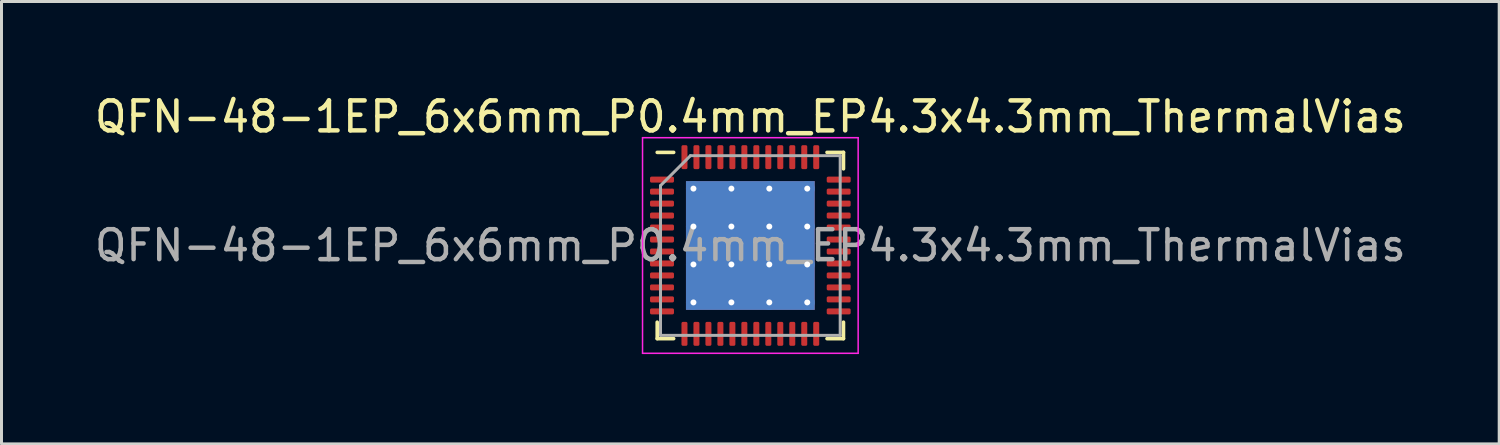
<source format=kicad_pcb>
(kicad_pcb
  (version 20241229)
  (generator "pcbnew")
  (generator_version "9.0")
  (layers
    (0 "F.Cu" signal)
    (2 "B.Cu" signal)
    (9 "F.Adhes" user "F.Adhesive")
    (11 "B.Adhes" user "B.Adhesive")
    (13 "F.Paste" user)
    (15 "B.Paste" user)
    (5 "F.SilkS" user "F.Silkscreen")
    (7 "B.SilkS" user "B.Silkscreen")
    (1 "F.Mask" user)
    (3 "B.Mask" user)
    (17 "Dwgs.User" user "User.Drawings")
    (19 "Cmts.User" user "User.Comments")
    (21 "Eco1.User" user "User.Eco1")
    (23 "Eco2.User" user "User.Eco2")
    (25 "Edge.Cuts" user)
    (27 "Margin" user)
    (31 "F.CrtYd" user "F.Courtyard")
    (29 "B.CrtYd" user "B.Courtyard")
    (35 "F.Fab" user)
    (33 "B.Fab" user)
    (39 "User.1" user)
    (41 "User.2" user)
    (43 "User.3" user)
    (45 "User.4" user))
  (footprint "QFN-48-1EP_6x6mm_P0.4mm_EP4.3x4.3mm_ThermalVias"
    (layer "F.Cu")
    (at 22.006 5.148)
    (property "Reference" "QFN-48-1EP_6x6mm_P0.4mm_EP4.3x4.3mm_ThermalVias" (at 0 -4.3 0) (layer "F.SilkS") (effects (font (size 1 1) (thickness 0.15))))
    (attr smd)
    (fp_line (start -3.11 3.11) (end -3.11 2.56) (stroke (width 0.12) (type solid)) (layer "F.SilkS"))
    (fp_line (start -2.56 -3.11) (end -3.11 -3.11) (stroke (width 0.12) (type solid)) (layer "F.SilkS"))
    (fp_line (start -2.56 3.11) (end -3.11 3.11) (stroke (width 0.12) (type solid)) (layer "F.SilkS"))
    (fp_line (start 2.56 -3.11) (end 3.11 -3.11) (stroke (width 0.12) (type solid)) (layer "F.SilkS"))
    (fp_line (start 2.56 3.11) (end 3.11 3.11) (stroke (width 0.12) (type solid)) (layer "F.SilkS"))
    (fp_line (start 3.11 -3.11) (end 3.11 -2.56) (stroke (width 0.12) (type solid)) (layer "F.SilkS"))
    (fp_line (start 3.11 3.11) (end 3.11 2.56) (stroke (width 0.12) (type solid)) (layer "F.SilkS"))
    (fp_line (start -3.6 -3.6) (end -3.6 3.6) (stroke (width 0.05) (type solid)) (layer "F.CrtYd"))
    (fp_line (start -3.6 3.6) (end 3.6 3.6) (stroke (width 0.05) (type solid)) (layer "F.CrtYd"))
    (fp_line (start 3.6 -3.6) (end -3.6 -3.6) (stroke (width 0.05) (type solid)) (layer "F.CrtYd"))
    (fp_line (start 3.6 3.6) (end 3.6 -3.6) (stroke (width 0.05) (type solid)) (layer "F.CrtYd"))
    (fp_line (start -3 -2) (end -2 -3) (stroke (width 0.1) (type solid)) (layer "F.Fab"))
    (fp_line (start -3 3) (end -3 -2) (stroke (width 0.1) (type solid)) (layer "F.Fab"))
    (fp_line (start -2 -3) (end 3 -3) (stroke (width 0.1) (type solid)) (layer "F.Fab"))
    (fp_line (start 3 -3) (end 3 3) (stroke (width 0.1) (type solid)) (layer "F.Fab"))
    (fp_line (start 3 3) (end -3 3) (stroke (width 0.1) (type solid)) (layer "F.Fab"))
    (fp_text user "${REFERENCE}" (at 0 0 0) (layer "F.Fab") (effects (font (size 1 1) (thickness 0.15))))
    (pad "" smd custom (at -1.267 -1.267) (size 1.034 1.034) (layers "F.Paste") (options (anchor circle)) (primitives (gr_poly (pts (xy 0.456 -0.356) (xy 0.456 0.356) (xy 0.356 0.456) (xy -0.356 0.456) (xy -0.456 0.356) (xy -0.456 -0.356) (xy -0.356 -0.456) (xy 0.356 -0.456)) (width 0.243) (fill yes))))
    (pad "" smd custom (at -1.267 0) (size 1.034 1.034) (layers "F.Paste") (options (anchor circle)) (primitives (gr_poly (pts (xy 0.456 -0.356) (xy 0.456 0.356) (xy 0.356 0.456) (xy -0.356 0.456) (xy -0.456 0.356) (xy -0.456 -0.356) (xy -0.356 -0.456) (xy 0.356 -0.456)) (width 0.243) (fill yes))))
    (pad "" smd custom (at -1.267 1.267) (size 1.034 1.034) (layers "F.Paste") (options (anchor circle)) (primitives (gr_poly (pts (xy 0.456 -0.356) (xy 0.456 0.356) (xy 0.356 0.456) (xy -0.356 0.456) (xy -0.456 0.356) (xy -0.456 -0.356) (xy -0.356 -0.456) (xy 0.356 -0.456)) (width 0.243) (fill yes))))
    (pad "" smd custom (at 0 -1.267) (size 1.034 1.034) (layers "F.Paste") (options (anchor circle)) (primitives (gr_poly (pts (xy 0.456 -0.356) (xy 0.456 0.356) (xy 0.356 0.456) (xy -0.356 0.456) (xy -0.456 0.356) (xy -0.456 -0.356) (xy -0.356 -0.456) (xy 0.356 -0.456)) (width 0.243) (fill yes))))
    (pad "" smd custom (at 0 0) (size 1.034 1.034) (layers "F.Paste") (options (anchor circle)) (primitives (gr_poly (pts (xy 0.456 -0.356) (xy 0.456 0.356) (xy 0.356 0.456) (xy -0.356 0.456) (xy -0.456 0.356) (xy -0.456 -0.356) (xy -0.356 -0.456) (xy 0.356 -0.456)) (width 0.243) (fill yes))))
    (pad "" smd custom (at 0 1.267) (size 1.034 1.034) (layers "F.Paste") (options (anchor circle)) (primitives (gr_poly (pts (xy 0.456 -0.356) (xy 0.456 0.356) (xy 0.356 0.456) (xy -0.356 0.456) (xy -0.456 0.356) (xy -0.456 -0.356) (xy -0.356 -0.456) (xy 0.356 -0.456)) (width 0.243) (fill yes))))
    (pad "" smd custom (at 1.267 -1.267) (size 1.034 1.034) (layers "F.Paste") (options (anchor circle)) (primitives (gr_poly (pts (xy 0.456 -0.356) (xy 0.456 0.356) (xy 0.356 0.456) (xy -0.356 0.456) (xy -0.456 0.356) (xy -0.456 -0.356) (xy -0.356 -0.456) (xy 0.356 -0.456)) (width 0.243) (fill yes))))
    (pad "" smd custom (at 1.267 0) (size 1.034 1.034) (layers "F.Paste") (options (anchor circle)) (primitives (gr_poly (pts (xy 0.456 -0.356) (xy 0.456 0.356) (xy 0.356 0.456) (xy -0.356 0.456) (xy -0.456 0.356) (xy -0.456 -0.356) (xy -0.356 -0.456) (xy 0.356 -0.456)) (width 0.243) (fill yes))))
    (pad "" smd custom (at 1.267 1.267) (size 1.034 1.034) (layers "F.Paste") (options (anchor circle)) (primitives (gr_poly (pts (xy 0.456 -0.356) (xy 0.456 0.356) (xy 0.356 0.456) (xy -0.356 0.456) (xy -0.456 0.356) (xy -0.456 -0.356) (xy -0.356 -0.456) (xy 0.356 -0.456)) (width 0.243) (fill yes))))
    (pad "1" smd roundrect (at -2.95 -2.2) (size 0.8 0.2) (layers "F.Cu" "F.Mask" "F.Paste") (roundrect_rratio 0.25))
    (pad "2" smd roundrect (at -2.95 -1.8) (size 0.8 0.2) (layers "F.Cu" "F.Mask" "F.Paste") (roundrect_rratio 0.25))
    (pad "3" smd roundrect (at -2.95 -1.4) (size 0.8 0.2) (layers "F.Cu" "F.Mask" "F.Paste") (roundrect_rratio 0.25))
    (pad "4" smd roundrect (at -2.95 -1) (size 0.8 0.2) (layers "F.Cu" "F.Mask" "F.Paste") (roundrect_rratio 0.25))
    (pad "5" smd roundrect (at -2.95 -0.6) (size 0.8 0.2) (layers "F.Cu" "F.Mask" "F.Paste") (roundrect_rratio 0.25))
    (pad "6" smd roundrect (at -2.95 -0.2) (size 0.8 0.2) (layers "F.Cu" "F.Mask" "F.Paste") (roundrect_rratio 0.25))
    (pad "7" smd roundrect (at -2.95 0.2) (size 0.8 0.2) (layers "F.Cu" "F.Mask" "F.Paste") (roundrect_rratio 0.25))
    (pad "8" smd roundrect (at -2.95 0.6) (size 0.8 0.2) (layers "F.Cu" "F.Mask" "F.Paste") (roundrect_rratio 0.25))
    (pad "9" smd roundrect (at -2.95 1) (size 0.8 0.2) (layers "F.Cu" "F.Mask" "F.Paste") (roundrect_rratio 0.25))
    (pad "10" smd roundrect (at -2.95 1.4) (size 0.8 0.2) (layers "F.Cu" "F.Mask" "F.Paste") (roundrect_rratio 0.25))
    (pad "11" smd roundrect (at -2.95 1.8) (size 0.8 0.2) (layers "F.Cu" "F.Mask" "F.Paste") (roundrect_rratio 0.25))
    (pad "12" smd roundrect (at -2.95 2.2) (size 0.8 0.2) (layers "F.Cu" "F.Mask" "F.Paste") (roundrect_rratio 0.25))
    (pad "13" smd roundrect (at -2.2 2.95) (size 0.2 0.8) (layers "F.Cu" "F.Mask" "F.Paste") (roundrect_rratio 0.25))
    (pad "14" smd roundrect (at -1.8 2.95) (size 0.2 0.8) (layers "F.Cu" "F.Mask" "F.Paste") (roundrect_rratio 0.25))
    (pad "15" smd roundrect (at -1.4 2.95) (size 0.2 0.8) (layers "F.Cu" "F.Mask" "F.Paste") (roundrect_rratio 0.25))
    (pad "16" smd roundrect (at -1 2.95) (size 0.2 0.8) (layers "F.Cu" "F.Mask" "F.Paste") (roundrect_rratio 0.25))
    (pad "17" smd roundrect (at -0.6 2.95) (size 0.2 0.8) (layers "F.Cu" "F.Mask" "F.Paste") (roundrect_rratio 0.25))
    (pad "18" smd roundrect (at -0.2 2.95) (size 0.2 0.8) (layers "F.Cu" "F.Mask" "F.Paste") (roundrect_rratio 0.25))
    (pad "19" smd roundrect (at 0.2 2.95) (size 0.2 0.8) (layers "F.Cu" "F.Mask" "F.Paste") (roundrect_rratio 0.25))
    (pad "20" smd roundrect (at 0.6 2.95) (size 0.2 0.8) (layers "F.Cu" "F.Mask" "F.Paste") (roundrect_rratio 0.25))
    (pad "21" smd roundrect (at 1 2.95) (size 0.2 0.8) (layers "F.Cu" "F.Mask" "F.Paste") (roundrect_rratio 0.25))
    (pad "22" smd roundrect (at 1.4 2.95) (size 0.2 0.8) (layers "F.Cu" "F.Mask" "F.Paste") (roundrect_rratio 0.25))
    (pad "23" smd roundrect (at 1.8 2.95) (size 0.2 0.8) (layers "F.Cu" "F.Mask" "F.Paste") (roundrect_rratio 0.25))
    (pad "24" smd roundrect (at 2.2 2.95) (size 0.2 0.8) (layers "F.Cu" "F.Mask" "F.Paste") (roundrect_rratio 0.25))
    (pad "25" smd roundrect (at 2.95 2.2) (size 0.8 0.2) (layers "F.Cu" "F.Mask" "F.Paste") (roundrect_rratio 0.25))
    (pad "26" smd roundrect (at 2.95 1.8) (size 0.8 0.2) (layers "F.Cu" "F.Mask" "F.Paste") (roundrect_rratio 0.25))
    (pad "27" smd roundrect (at 2.95 1.4) (size 0.8 0.2) (layers "F.Cu" "F.Mask" "F.Paste") (roundrect_rratio 0.25))
    (pad "28" smd roundrect (at 2.95 1) (size 0.8 0.2) (layers "F.Cu" "F.Mask" "F.Paste") (roundrect_rratio 0.25))
    (pad "29" smd roundrect (at 2.95 0.6) (size 0.8 0.2) (layers "F.Cu" "F.Mask" "F.Paste") (roundrect_rratio 0.25))
    (pad "30" smd roundrect (at 2.95 0.2) (size 0.8 0.2) (layers "F.Cu" "F.Mask" "F.Paste") (roundrect_rratio 0.25))
    (pad "31" smd roundrect (at 2.95 -0.2) (size 0.8 0.2) (layers "F.Cu" "F.Mask" "F.Paste") (roundrect_rratio 0.25))
    (pad "32" smd roundrect (at 2.95 -0.6) (size 0.8 0.2) (layers "F.Cu" "F.Mask" "F.Paste") (roundrect_rratio 0.25))
    (pad "33" smd roundrect (at 2.95 -1) (size 0.8 0.2) (layers "F.Cu" "F.Mask" "F.Paste") (roundrect_rratio 0.25))
    (pad "34" smd roundrect (at 2.95 -1.4) (size 0.8 0.2) (layers "F.Cu" "F.Mask" "F.Paste") (roundrect_rratio 0.25))
    (pad "35" smd roundrect (at 2.95 -1.8) (size 0.8 0.2) (layers "F.Cu" "F.Mask" "F.Paste") (roundrect_rratio 0.25))
    (pad "36" smd roundrect (at 2.95 -2.2) (size 0.8 0.2) (layers "F.Cu" "F.Mask" "F.Paste") (roundrect_rratio 0.25))
    (pad "37" smd roundrect (at 2.2 -2.95) (size 0.2 0.8) (layers "F.Cu" "F.Mask" "F.Paste") (roundrect_rratio 0.25))
    (pad "38" smd roundrect (at 1.8 -2.95) (size 0.2 0.8) (layers "F.Cu" "F.Mask" "F.Paste") (roundrect_rratio 0.25))
    (pad "39" smd roundrect (at 1.4 -2.95) (size 0.2 0.8) (layers "F.Cu" "F.Mask" "F.Paste") (roundrect_rratio 0.25))
    (pad "40" smd roundrect (at 1 -2.95) (size 0.2 0.8) (layers "F.Cu" "F.Mask" "F.Paste") (roundrect_rratio 0.25))
    (pad "41" smd roundrect (at 0.6 -2.95) (size 0.2 0.8) (layers "F.Cu" "F.Mask" "F.Paste") (roundrect_rratio 0.25))
    (pad "42" smd roundrect (at 0.2 -2.95) (size 0.2 0.8) (layers "F.Cu" "F.Mask" "F.Paste") (roundrect_rratio 0.25))
    (pad "43" smd roundrect (at -0.2 -2.95) (size 0.2 0.8) (layers "F.Cu" "F.Mask" "F.Paste") (roundrect_rratio 0.25))
    (pad "44" smd roundrect (at -0.6 -2.95) (size 0.2 0.8) (layers "F.Cu" "F.Mask" "F.Paste") (roundrect_rratio 0.25))
    (pad "45" smd roundrect (at -1 -2.95) (size 0.2 0.8) (layers "F.Cu" "F.Mask" "F.Paste") (roundrect_rratio 0.25))
    (pad "46" smd roundrect (at -1.4 -2.95) (size 0.2 0.8) (layers "F.Cu" "F.Mask" "F.Paste") (roundrect_rratio 0.25))
    (pad "47" smd roundrect (at -1.8 -2.95) (size 0.2 0.8) (layers "F.Cu" "F.Mask" "F.Paste") (roundrect_rratio 0.25))
    (pad "48" smd roundrect (at -2.2 -2.95) (size 0.2 0.8) (layers "F.Cu" "F.Mask" "F.Paste") (roundrect_rratio 0.25))
    (pad "49" thru_hole circle (at -1.9 -1.9) (size 0.5 0.5) (drill 0.2) (layers "*.Cu"))
    (pad "49" thru_hole circle (at -1.9 -0.633) (size 0.5 0.5) (drill 0.2) (layers "*.Cu"))
    (pad "49" thru_hole circle (at -1.9 0.633) (size 0.5 0.5) (drill 0.2) (layers "*.Cu"))
    (pad "49" thru_hole circle (at -1.9 1.9) (size 0.5 0.5) (drill 0.2) (layers "*.Cu"))
    (pad "49" thru_hole circle (at -0.633 -1.9) (size 0.5 0.5) (drill 0.2) (layers "*.Cu"))
    (pad "49" thru_hole circle (at -0.633 -0.633) (size 0.5 0.5) (drill 0.2) (layers "*.Cu"))
    (pad "49" thru_hole circle (at -0.633 0.633) (size 0.5 0.5) (drill 0.2) (layers "*.Cu"))
    (pad "49" thru_hole circle (at -0.633 1.9) (size 0.5 0.5) (drill 0.2) (layers "*.Cu"))
    (pad "49" smd rect (at 0 0) (size 4.3 4.3) (layers "F.Cu" "F.Mask"))
    (pad "49" smd rect (at 0 0) (size 4.3 4.3) (layers "B.Cu"))
    (pad "49" thru_hole circle (at 0.633 -1.9) (size 0.5 0.5) (drill 0.2) (layers "*.Cu"))
    (pad "49" thru_hole circle (at 0.633 -0.633) (size 0.5 0.5) (drill 0.2) (layers "*.Cu"))
    (pad "49" thru_hole circle (at 0.633 0.633) (size 0.5 0.5) (drill 0.2) (layers "*.Cu"))
    (pad "49" thru_hole circle (at 0.633 1.9) (size 0.5 0.5) (drill 0.2) (layers "*.Cu"))
    (pad "49" thru_hole circle (at 1.9 -1.9) (size 0.5 0.5) (drill 0.2) (layers "*.Cu"))
    (pad "49" thru_hole circle (at 1.9 -0.633) (size 0.5 0.5) (drill 0.2) (layers "*.Cu"))
    (pad "49" thru_hole circle (at 1.9 0.633) (size 0.5 0.5) (drill 0.2) (layers "*.Cu"))
    (pad "49" thru_hole circle (at 1.9 1.9) (size 0.5 0.5) (drill 0.2) (layers "*.Cu")))
  (gr_rect
    (start -3 -3)
    (end 47.012 11.773)
    (stroke (width 0.1) (type default))
    (fill no)
    (layer "Edge.Cuts")))
</source>
